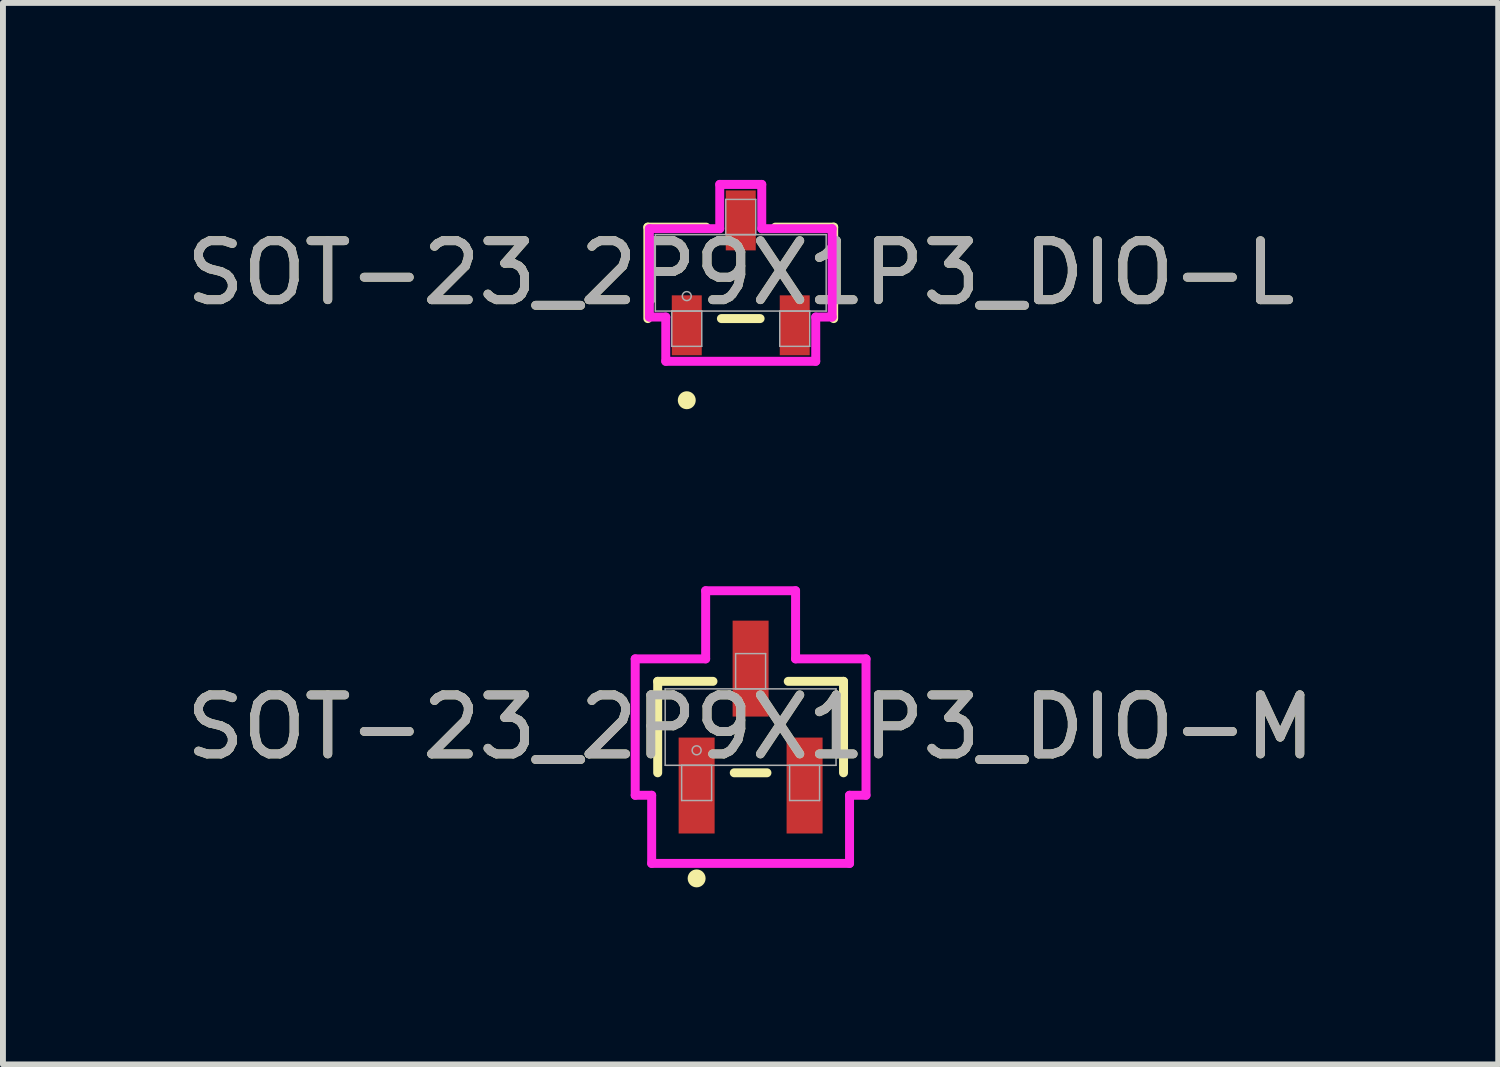
<source format=kicad_pcb>
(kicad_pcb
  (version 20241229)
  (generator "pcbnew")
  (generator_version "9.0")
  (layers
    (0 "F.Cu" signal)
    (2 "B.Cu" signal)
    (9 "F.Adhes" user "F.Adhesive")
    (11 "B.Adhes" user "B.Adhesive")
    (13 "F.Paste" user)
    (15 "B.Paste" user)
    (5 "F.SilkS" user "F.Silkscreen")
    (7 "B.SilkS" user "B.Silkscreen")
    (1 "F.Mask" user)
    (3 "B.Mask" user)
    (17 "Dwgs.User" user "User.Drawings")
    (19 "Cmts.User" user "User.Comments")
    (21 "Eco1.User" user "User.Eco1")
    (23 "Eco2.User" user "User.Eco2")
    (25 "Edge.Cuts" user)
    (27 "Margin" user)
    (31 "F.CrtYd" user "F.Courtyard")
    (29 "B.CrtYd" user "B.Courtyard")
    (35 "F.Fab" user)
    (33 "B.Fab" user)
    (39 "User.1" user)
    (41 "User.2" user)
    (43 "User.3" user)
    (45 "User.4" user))
  (footprint "SOT-23_2P9X1P3_DIO-M"
    (layer "F.Cu")
    (at 9.673 9.274)
    (property "Reference" "SOT-23_2P9X1P3_DIO-M" (at 0 0 0) (unlocked yes) (layer "F.SilkS") (effects (font (size 1 1) (thickness 0.15))))
    (attr smd)
    (fp_line (start -1.575 -0.775) (end -1.575 0.775) (stroke (width 0.152) (type solid)) (layer "F.SilkS"))
    (fp_line (start -0.638 -0.775) (end -1.575 -0.775) (stroke (width 0.152) (type solid)) (layer "F.SilkS"))
    (fp_line (start -0.277 0.775) (end 0.277 0.775) (stroke (width 0.152) (type solid)) (layer "F.SilkS"))
    (fp_line (start 1.575 -0.775) (end 0.638 -0.775) (stroke (width 0.152) (type solid)) (layer "F.SilkS"))
    (fp_line (start 1.575 0.775) (end 1.575 -0.775) (stroke (width 0.152) (type solid)) (layer "F.SilkS"))
    (fp_circle (center -0.915 2.565) (end -0.839 2.565) (stroke (width 0.152) (type solid)) (fill no) (layer "F.SilkS"))
    (fp_line (start -1.956 -1.156) (end -0.762 -1.156) (stroke (width 0.152) (type solid)) (layer "F.CrtYd"))
    (fp_line (start -1.956 1.156) (end -1.956 -1.156) (stroke (width 0.152) (type solid)) (layer "F.CrtYd"))
    (fp_line (start -1.956 1.156) (end -1.677 1.156) (stroke (width 0.152) (type solid)) (layer "F.CrtYd"))
    (fp_line (start -1.677 1.156) (end -1.677 2.311) (stroke (width 0.152) (type solid)) (layer "F.CrtYd"))
    (fp_line (start -1.677 2.311) (end 1.677 2.311) (stroke (width 0.152) (type solid)) (layer "F.CrtYd"))
    (fp_line (start -0.762 -2.311) (end 0.762 -2.311) (stroke (width 0.152) (type solid)) (layer "F.CrtYd"))
    (fp_line (start -0.762 -1.156) (end -0.762 -2.311) (stroke (width 0.152) (type solid)) (layer "F.CrtYd"))
    (fp_line (start 0.762 -1.156) (end 0.762 -2.311) (stroke (width 0.152) (type solid)) (layer "F.CrtYd"))
    (fp_line (start 1.677 1.156) (end 1.677 2.311) (stroke (width 0.152) (type solid)) (layer "F.CrtYd"))
    (fp_line (start 1.956 -1.156) (end 0.762 -1.156) (stroke (width 0.152) (type solid)) (layer "F.CrtYd"))
    (fp_line (start 1.956 -1.156) (end 1.956 1.156) (stroke (width 0.152) (type solid)) (layer "F.CrtYd"))
    (fp_line (start 1.956 1.156) (end 1.677 1.156) (stroke (width 0.152) (type solid)) (layer "F.CrtYd"))
    (fp_line (start -1.448 -0.648) (end -1.448 0.648) (stroke (width 0.025) (type solid)) (layer "F.Fab"))
    (fp_line (start -1.448 0.648) (end 1.448 0.648) (stroke (width 0.025) (type solid)) (layer "F.Fab"))
    (fp_line (start -1.169 0.648) (end -1.169 1.245) (stroke (width 0.025) (type solid)) (layer "F.Fab"))
    (fp_line (start -1.169 1.245) (end -0.661 1.245) (stroke (width 0.025) (type solid)) (layer "F.Fab"))
    (fp_line (start -0.661 0.648) (end -1.169 0.648) (stroke (width 0.025) (type solid)) (layer "F.Fab"))
    (fp_line (start -0.661 1.245) (end -0.661 0.648) (stroke (width 0.025) (type solid)) (layer "F.Fab"))
    (fp_line (start -0.254 -1.245) (end -0.254 -0.648) (stroke (width 0.025) (type solid)) (layer "F.Fab"))
    (fp_line (start -0.254 -0.648) (end 0.254 -0.648) (stroke (width 0.025) (type solid)) (layer "F.Fab"))
    (fp_line (start 0.254 -1.245) (end -0.254 -1.245) (stroke (width 0.025) (type solid)) (layer "F.Fab"))
    (fp_line (start 0.254 -0.648) (end 0.254 -1.245) (stroke (width 0.025) (type solid)) (layer "F.Fab"))
    (fp_line (start 0.661 0.648) (end 0.661 1.245) (stroke (width 0.025) (type solid)) (layer "F.Fab"))
    (fp_line (start 0.661 1.245) (end 1.169 1.245) (stroke (width 0.025) (type solid)) (layer "F.Fab"))
    (fp_line (start 1.169 0.648) (end 0.661 0.648) (stroke (width 0.025) (type solid)) (layer "F.Fab"))
    (fp_line (start 1.169 1.245) (end 1.169 0.648) (stroke (width 0.025) (type solid)) (layer "F.Fab"))
    (fp_line (start 1.448 -0.648) (end -1.448 -0.648) (stroke (width 0.025) (type solid)) (layer "F.Fab"))
    (fp_line (start 1.448 0.648) (end 1.448 -0.648) (stroke (width 0.025) (type solid)) (layer "F.Fab"))
    (fp_circle (center -0.915 0.394) (end -0.839 0.394) (stroke (width 0.025) (type solid)) (fill no) (layer "F.Fab"))
    (fp_text user "${REFERENCE}" (at 0 0 0) (unlocked yes) (layer "F.Fab") (effects (font (size 1 1) (thickness 0.15))))
    (pad "1" smd rect (at -0.915 0.991) (size 0.61 1.626) (layers "F.Cu" "F.Mask" "F.Paste"))
    (pad "2" smd rect (at 0.915 0.991) (size 0.61 1.626) (layers "F.Cu" "F.Mask" "F.Paste"))
    (pad "3" smd rect (at 0 -0.991) (size 0.61 1.626) (layers "F.Cu" "F.Mask" "F.Paste")))
  (footprint "SOT-23_2P9X1P3_DIO-L"
    (layer "F.Cu")
    (at 9.506 1.575)
    (property "Reference" "SOT-23_2P9X1P3_DIO-L" (at 0 0 0) (unlocked yes) (layer "F.SilkS") (effects (font (size 1 1) (thickness 0.15))))
    (attr smd)
    (fp_line (start -1.575 -0.775) (end -1.575 0.775) (stroke (width 0.152) (type solid)) (layer "F.SilkS"))
    (fp_line (start -0.587 -0.775) (end -1.575 -0.775) (stroke (width 0.152) (type solid)) (layer "F.SilkS"))
    (fp_line (start -0.328 0.775) (end 0.328 0.775) (stroke (width 0.152) (type solid)) (layer "F.SilkS"))
    (fp_line (start 1.575 -0.775) (end 0.587 -0.775) (stroke (width 0.152) (type solid)) (layer "F.SilkS"))
    (fp_line (start 1.575 0.775) (end 1.575 -0.775) (stroke (width 0.152) (type solid)) (layer "F.SilkS"))
    (fp_circle (center -0.915 2.159) (end -0.839 2.159) (stroke (width 0.152) (type solid)) (fill no) (layer "F.SilkS"))
    (fp_line (start -1.549 -0.749) (end -0.356 -0.749) (stroke (width 0.152) (type solid)) (layer "F.CrtYd"))
    (fp_line (start -1.549 0.749) (end -1.549 -0.749) (stroke (width 0.152) (type solid)) (layer "F.CrtYd"))
    (fp_line (start -1.549 0.749) (end -1.271 0.749) (stroke (width 0.152) (type solid)) (layer "F.CrtYd"))
    (fp_line (start -1.271 0.749) (end -1.271 1.499) (stroke (width 0.152) (type solid)) (layer "F.CrtYd"))
    (fp_line (start -1.271 1.499) (end 1.271 1.499) (stroke (width 0.152) (type solid)) (layer "F.CrtYd"))
    (fp_line (start -0.356 -1.499) (end 0.356 -1.499) (stroke (width 0.152) (type solid)) (layer "F.CrtYd"))
    (fp_line (start -0.356 -0.749) (end -0.356 -1.499) (stroke (width 0.152) (type solid)) (layer "F.CrtYd"))
    (fp_line (start 0.356 -0.749) (end 0.356 -1.499) (stroke (width 0.152) (type solid)) (layer "F.CrtYd"))
    (fp_line (start 1.271 0.749) (end 1.271 1.499) (stroke (width 0.152) (type solid)) (layer "F.CrtYd"))
    (fp_line (start 1.549 -0.749) (end 0.356 -0.749) (stroke (width 0.152) (type solid)) (layer "F.CrtYd"))
    (fp_line (start 1.549 -0.749) (end 1.549 0.749) (stroke (width 0.152) (type solid)) (layer "F.CrtYd"))
    (fp_line (start 1.549 0.749) (end 1.271 0.749) (stroke (width 0.152) (type solid)) (layer "F.CrtYd"))
    (fp_line (start -1.448 -0.648) (end -1.448 0.648) (stroke (width 0.025) (type solid)) (layer "F.Fab"))
    (fp_line (start -1.448 0.648) (end 1.448 0.648) (stroke (width 0.025) (type solid)) (layer "F.Fab"))
    (fp_line (start -1.169 0.648) (end -1.169 1.245) (stroke (width 0.025) (type solid)) (layer "F.Fab"))
    (fp_line (start -1.169 1.245) (end -0.661 1.245) (stroke (width 0.025) (type solid)) (layer "F.Fab"))
    (fp_line (start -0.661 0.648) (end -1.169 0.648) (stroke (width 0.025) (type solid)) (layer "F.Fab"))
    (fp_line (start -0.661 1.245) (end -0.661 0.648) (stroke (width 0.025) (type solid)) (layer "F.Fab"))
    (fp_line (start -0.254 -1.245) (end -0.254 -0.648) (stroke (width 0.025) (type solid)) (layer "F.Fab"))
    (fp_line (start -0.254 -0.648) (end 0.254 -0.648) (stroke (width 0.025) (type solid)) (layer "F.Fab"))
    (fp_line (start 0.254 -1.245) (end -0.254 -1.245) (stroke (width 0.025) (type solid)) (layer "F.Fab"))
    (fp_line (start 0.254 -0.648) (end 0.254 -1.245) (stroke (width 0.025) (type solid)) (layer "F.Fab"))
    (fp_line (start 0.661 0.648) (end 0.661 1.245) (stroke (width 0.025) (type solid)) (layer "F.Fab"))
    (fp_line (start 0.661 1.245) (end 1.169 1.245) (stroke (width 0.025) (type solid)) (layer "F.Fab"))
    (fp_line (start 1.169 0.648) (end 0.661 0.648) (stroke (width 0.025) (type solid)) (layer "F.Fab"))
    (fp_line (start 1.169 1.245) (end 1.169 0.648) (stroke (width 0.025) (type solid)) (layer "F.Fab"))
    (fp_line (start 1.448 -0.648) (end -1.448 -0.648) (stroke (width 0.025) (type solid)) (layer "F.Fab"))
    (fp_line (start 1.448 0.648) (end 1.448 -0.648) (stroke (width 0.025) (type solid)) (layer "F.Fab"))
    (fp_circle (center -0.915 0.394) (end -0.839 0.394) (stroke (width 0.025) (type solid)) (fill no) (layer "F.Fab"))
    (fp_text user "${REFERENCE}" (at 0 0 0) (unlocked yes) (layer "F.Fab") (effects (font (size 1 1) (thickness 0.15))))
    (pad "1" smd rect (at -0.915 0.889) (size 0.508 1.016) (layers "F.Cu" "F.Mask" "F.Paste"))
    (pad "2" smd rect (at 0.915 0.889) (size 0.508 1.016) (layers "F.Cu" "F.Mask" "F.Paste"))
    (pad "3" smd rect (at 0 -0.889) (size 0.508 1.016) (layers "F.Cu" "F.Mask" "F.Paste")))
  (gr_rect
    (start -3 -3)
    (end 22.345 14.992)
    (stroke (width 0.1) (type default))
    (fill no)
    (layer "Edge.Cuts")))
</source>
